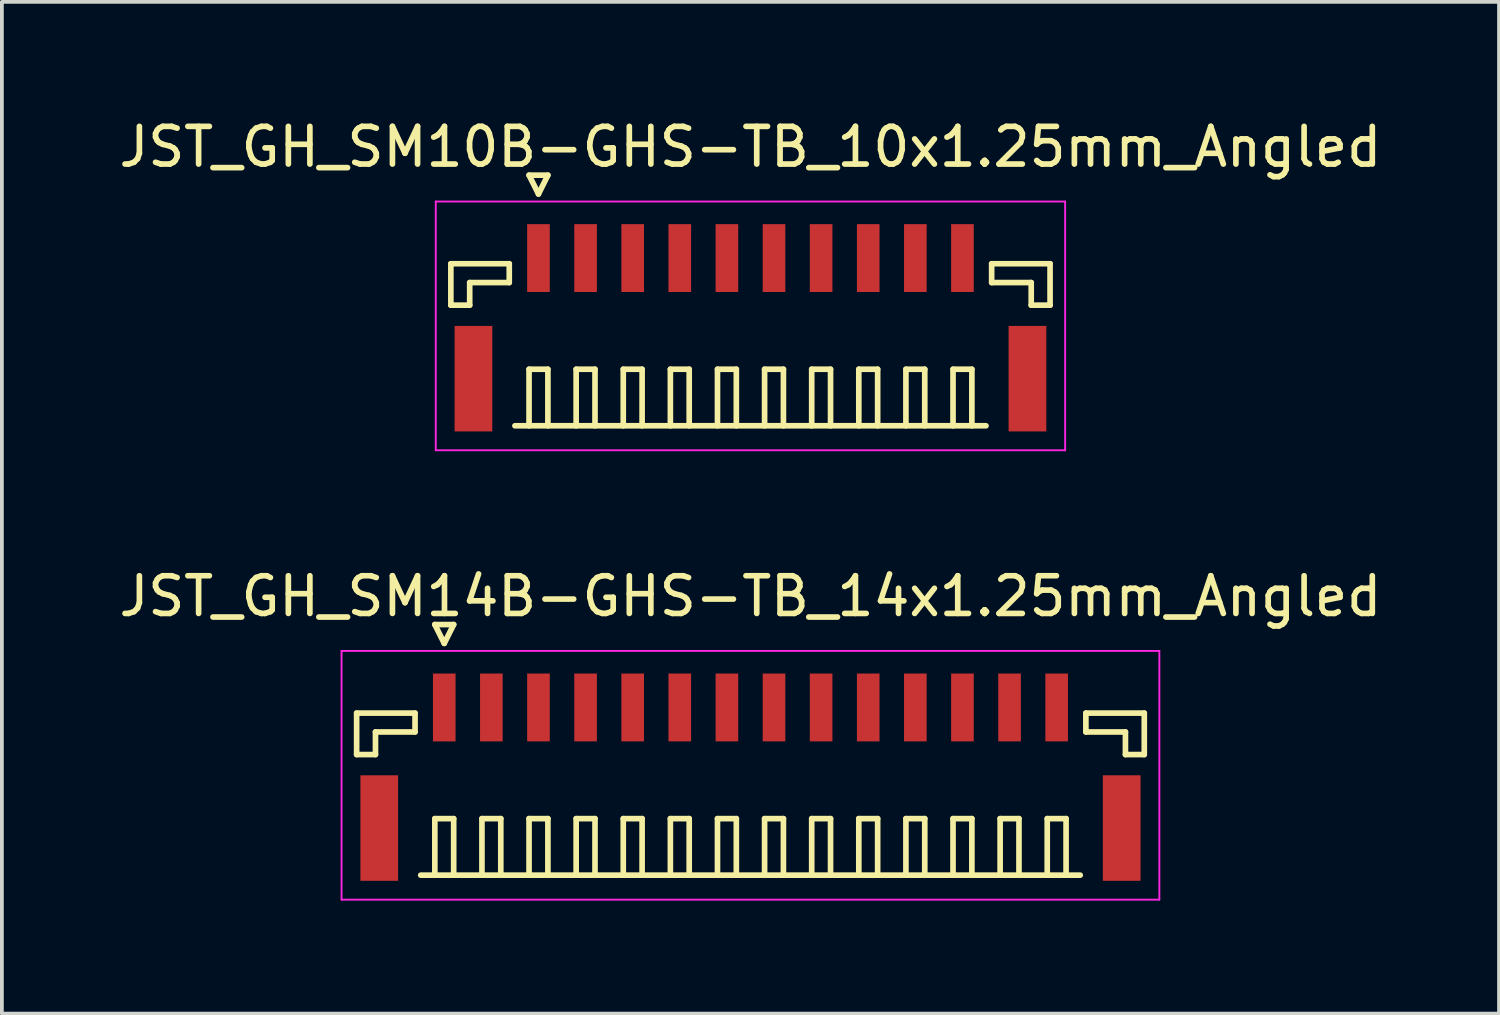
<source format=kicad_pcb>
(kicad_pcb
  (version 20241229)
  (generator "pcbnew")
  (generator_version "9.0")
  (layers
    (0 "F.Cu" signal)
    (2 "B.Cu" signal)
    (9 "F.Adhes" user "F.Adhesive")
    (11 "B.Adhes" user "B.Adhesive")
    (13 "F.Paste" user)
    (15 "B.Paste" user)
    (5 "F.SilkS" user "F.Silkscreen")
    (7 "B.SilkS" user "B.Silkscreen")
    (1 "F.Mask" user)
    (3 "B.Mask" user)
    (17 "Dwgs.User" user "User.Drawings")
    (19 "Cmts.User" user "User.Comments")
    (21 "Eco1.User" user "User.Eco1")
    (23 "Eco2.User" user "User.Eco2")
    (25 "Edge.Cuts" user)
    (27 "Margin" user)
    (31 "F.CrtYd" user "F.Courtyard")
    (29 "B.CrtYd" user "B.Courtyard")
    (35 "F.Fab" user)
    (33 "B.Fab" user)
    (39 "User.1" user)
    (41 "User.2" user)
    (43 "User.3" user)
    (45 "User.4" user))
  (footprint "JST_GH_SM10B-GHS-TB_10x1.25mm_Angled"
    (layer "F.Cu")
    (at 16.863 5.398)
    (property "Reference" "JST_GH_SM10B-GHS-TB_10x1.25mm_Angled" (at 0 -4.55 0) (layer "F.SilkS") (effects (font (size 1 1) (thickness 0.15))))
    (attr smd)
    (fp_line (start -7.95 -1.45) (end -6.4 -1.45) (stroke (width 0.15) (type solid)) (layer "F.SilkS"))
    (fp_line (start -7.95 -0.35) (end -7.95 -1.45) (stroke (width 0.15) (type solid)) (layer "F.SilkS"))
    (fp_line (start -7.45 -0.95) (end -7.45 -0.35) (stroke (width 0.15) (type solid)) (layer "F.SilkS"))
    (fp_line (start -7.45 -0.35) (end -7.95 -0.35) (stroke (width 0.15) (type solid)) (layer "F.SilkS"))
    (fp_line (start -6.4 -1.45) (end -6.4 -0.95) (stroke (width 0.15) (type solid)) (layer "F.SilkS"))
    (fp_line (start -6.4 -0.95) (end -7.45 -0.95) (stroke (width 0.15) (type solid)) (layer "F.SilkS"))
    (fp_line (start -6.25 2.85) (end 6.25 2.85) (stroke (width 0.15) (type solid)) (layer "F.SilkS"))
    (fp_line (start -5.875 -3.8) (end -5.375 -3.8) (stroke (width 0.15) (type solid)) (layer "F.SilkS"))
    (fp_line (start -5.875 1.35) (end -5.375 1.35) (stroke (width 0.15) (type solid)) (layer "F.SilkS"))
    (fp_line (start -5.875 2.85) (end -5.875 1.35) (stroke (width 0.15) (type solid)) (layer "F.SilkS"))
    (fp_line (start -5.625 -3.3) (end -5.875 -3.8) (stroke (width 0.15) (type solid)) (layer "F.SilkS"))
    (fp_line (start -5.375 -3.8) (end -5.625 -3.3) (stroke (width 0.15) (type solid)) (layer "F.SilkS"))
    (fp_line (start -5.375 1.35) (end -5.375 2.85) (stroke (width 0.15) (type solid)) (layer "F.SilkS"))
    (fp_line (start -4.625 1.35) (end -4.125 1.35) (stroke (width 0.15) (type solid)) (layer "F.SilkS"))
    (fp_line (start -4.625 2.85) (end -4.625 1.35) (stroke (width 0.15) (type solid)) (layer "F.SilkS"))
    (fp_line (start -4.125 1.35) (end -4.125 2.85) (stroke (width 0.15) (type solid)) (layer "F.SilkS"))
    (fp_line (start -3.375 1.35) (end -2.875 1.35) (stroke (width 0.15) (type solid)) (layer "F.SilkS"))
    (fp_line (start -3.375 2.85) (end -3.375 1.35) (stroke (width 0.15) (type solid)) (layer "F.SilkS"))
    (fp_line (start -2.875 1.35) (end -2.875 2.85) (stroke (width 0.15) (type solid)) (layer "F.SilkS"))
    (fp_line (start -2.125 1.35) (end -1.625 1.35) (stroke (width 0.15) (type solid)) (layer "F.SilkS"))
    (fp_line (start -2.125 2.85) (end -2.125 1.35) (stroke (width 0.15) (type solid)) (layer "F.SilkS"))
    (fp_line (start -1.625 1.35) (end -1.625 2.85) (stroke (width 0.15) (type solid)) (layer "F.SilkS"))
    (fp_line (start -0.875 1.35) (end -0.375 1.35) (stroke (width 0.15) (type solid)) (layer "F.SilkS"))
    (fp_line (start -0.875 2.85) (end -0.875 1.35) (stroke (width 0.15) (type solid)) (layer "F.SilkS"))
    (fp_line (start -0.375 1.35) (end -0.375 2.85) (stroke (width 0.15) (type solid)) (layer "F.SilkS"))
    (fp_line (start 0.375 1.35) (end 0.875 1.35) (stroke (width 0.15) (type solid)) (layer "F.SilkS"))
    (fp_line (start 0.375 2.85) (end 0.375 1.35) (stroke (width 0.15) (type solid)) (layer "F.SilkS"))
    (fp_line (start 0.875 1.35) (end 0.875 2.85) (stroke (width 0.15) (type solid)) (layer "F.SilkS"))
    (fp_line (start 1.625 1.35) (end 2.125 1.35) (stroke (width 0.15) (type solid)) (layer "F.SilkS"))
    (fp_line (start 1.625 2.85) (end 1.625 1.35) (stroke (width 0.15) (type solid)) (layer "F.SilkS"))
    (fp_line (start 2.125 1.35) (end 2.125 2.85) (stroke (width 0.15) (type solid)) (layer "F.SilkS"))
    (fp_line (start 2.875 1.35) (end 3.375 1.35) (stroke (width 0.15) (type solid)) (layer "F.SilkS"))
    (fp_line (start 2.875 2.85) (end 2.875 1.35) (stroke (width 0.15) (type solid)) (layer "F.SilkS"))
    (fp_line (start 3.375 1.35) (end 3.375 2.85) (stroke (width 0.15) (type solid)) (layer "F.SilkS"))
    (fp_line (start 4.125 1.35) (end 4.625 1.35) (stroke (width 0.15) (type solid)) (layer "F.SilkS"))
    (fp_line (start 4.125 2.85) (end 4.125 1.35) (stroke (width 0.15) (type solid)) (layer "F.SilkS"))
    (fp_line (start 4.625 1.35) (end 4.625 2.85) (stroke (width 0.15) (type solid)) (layer "F.SilkS"))
    (fp_line (start 5.375 1.35) (end 5.875 1.35) (stroke (width 0.15) (type solid)) (layer "F.SilkS"))
    (fp_line (start 5.375 2.85) (end 5.375 1.35) (stroke (width 0.15) (type solid)) (layer "F.SilkS"))
    (fp_line (start 5.875 1.35) (end 5.875 2.85) (stroke (width 0.15) (type solid)) (layer "F.SilkS"))
    (fp_line (start 6.4 -1.45) (end 6.4 -0.95) (stroke (width 0.15) (type solid)) (layer "F.SilkS"))
    (fp_line (start 6.4 -0.95) (end 7.45 -0.95) (stroke (width 0.15) (type solid)) (layer "F.SilkS"))
    (fp_line (start 7.45 -0.95) (end 7.45 -0.35) (stroke (width 0.15) (type solid)) (layer "F.SilkS"))
    (fp_line (start 7.45 -0.35) (end 7.95 -0.35) (stroke (width 0.15) (type solid)) (layer "F.SilkS"))
    (fp_line (start 7.95 -1.45) (end 6.4 -1.45) (stroke (width 0.15) (type solid)) (layer "F.SilkS"))
    (fp_line (start 7.95 -0.35) (end 7.95 -1.45) (stroke (width 0.15) (type solid)) (layer "F.SilkS"))
    (fp_line (start -8.35 -3.1) (end -8.35 3.5) (stroke (width 0.05) (type solid)) (layer "F.CrtYd"))
    (fp_line (start -8.35 3.5) (end 8.35 3.5) (stroke (width 0.05) (type solid)) (layer "F.CrtYd"))
    (fp_line (start 8.35 -3.1) (end -8.35 -3.1) (stroke (width 0.05) (type solid)) (layer "F.CrtYd"))
    (fp_line (start 8.35 3.5) (end 8.35 -3.1) (stroke (width 0.05) (type solid)) (layer "F.CrtYd"))
    (pad "" smd rect (at -7.35 1.6) (size 1 2.8) (layers "F.Cu" "F.Mask" "F.Paste"))
    (pad "" smd rect (at 7.35 1.6) (size 1 2.8) (layers "F.Cu" "F.Mask" "F.Paste"))
    (pad "1" smd rect (at -5.625 -1.6) (size 0.6 1.8) (layers "F.Cu" "F.Mask" "F.Paste"))
    (pad "2" smd rect (at -4.375 -1.6) (size 0.6 1.8) (layers "F.Cu" "F.Mask" "F.Paste"))
    (pad "3" smd rect (at -3.125 -1.6) (size 0.6 1.8) (layers "F.Cu" "F.Mask" "F.Paste"))
    (pad "4" smd rect (at -1.875 -1.6) (size 0.6 1.8) (layers "F.Cu" "F.Mask" "F.Paste"))
    (pad "5" smd rect (at -0.625 -1.6) (size 0.6 1.8) (layers "F.Cu" "F.Mask" "F.Paste"))
    (pad "6" smd rect (at 0.625 -1.6) (size 0.6 1.8) (layers "F.Cu" "F.Mask" "F.Paste"))
    (pad "7" smd rect (at 1.875 -1.6) (size 0.6 1.8) (layers "F.Cu" "F.Mask" "F.Paste"))
    (pad "8" smd rect (at 3.125 -1.6) (size 0.6 1.8) (layers "F.Cu" "F.Mask" "F.Paste"))
    (pad "9" smd rect (at 4.375 -1.6) (size 0.6 1.8) (layers "F.Cu" "F.Mask" "F.Paste"))
    (pad "10" smd rect (at 5.625 -1.6) (size 0.6 1.8) (layers "F.Cu" "F.Mask" "F.Paste")))
  (footprint "JST_GH_SM14B-GHS-TB_14x1.25mm_Angled"
    (layer "F.Cu")
    (at 16.863 17.322)
    (property "Reference" "JST_GH_SM14B-GHS-TB_14x1.25mm_Angled" (at 0 -4.55 0) (layer "F.SilkS") (effects (font (size 1 1) (thickness 0.15))))
    (attr smd)
    (fp_line (start -10.45 -1.45) (end -8.9 -1.45) (stroke (width 0.15) (type solid)) (layer "F.SilkS"))
    (fp_line (start -10.45 -0.35) (end -10.45 -1.45) (stroke (width 0.15) (type solid)) (layer "F.SilkS"))
    (fp_line (start -9.95 -0.95) (end -9.95 -0.35) (stroke (width 0.15) (type solid)) (layer "F.SilkS"))
    (fp_line (start -9.95 -0.35) (end -10.45 -0.35) (stroke (width 0.15) (type solid)) (layer "F.SilkS"))
    (fp_line (start -8.9 -1.45) (end -8.9 -0.95) (stroke (width 0.15) (type solid)) (layer "F.SilkS"))
    (fp_line (start -8.9 -0.95) (end -9.95 -0.95) (stroke (width 0.15) (type solid)) (layer "F.SilkS"))
    (fp_line (start -8.75 2.85) (end 8.75 2.85) (stroke (width 0.15) (type solid)) (layer "F.SilkS"))
    (fp_line (start -8.375 -3.8) (end -7.875 -3.8) (stroke (width 0.15) (type solid)) (layer "F.SilkS"))
    (fp_line (start -8.375 1.35) (end -7.875 1.35) (stroke (width 0.15) (type solid)) (layer "F.SilkS"))
    (fp_line (start -8.375 2.85) (end -8.375 1.35) (stroke (width 0.15) (type solid)) (layer "F.SilkS"))
    (fp_line (start -8.125 -3.3) (end -8.375 -3.8) (stroke (width 0.15) (type solid)) (layer "F.SilkS"))
    (fp_line (start -7.875 -3.8) (end -8.125 -3.3) (stroke (width 0.15) (type solid)) (layer "F.SilkS"))
    (fp_line (start -7.875 1.35) (end -7.875 2.85) (stroke (width 0.15) (type solid)) (layer "F.SilkS"))
    (fp_line (start -7.125 1.35) (end -6.625 1.35) (stroke (width 0.15) (type solid)) (layer "F.SilkS"))
    (fp_line (start -7.125 2.85) (end -7.125 1.35) (stroke (width 0.15) (type solid)) (layer "F.SilkS"))
    (fp_line (start -6.625 1.35) (end -6.625 2.85) (stroke (width 0.15) (type solid)) (layer "F.SilkS"))
    (fp_line (start -5.875 1.35) (end -5.375 1.35) (stroke (width 0.15) (type solid)) (layer "F.SilkS"))
    (fp_line (start -5.875 2.85) (end -5.875 1.35) (stroke (width 0.15) (type solid)) (layer "F.SilkS"))
    (fp_line (start -5.375 1.35) (end -5.375 2.85) (stroke (width 0.15) (type solid)) (layer "F.SilkS"))
    (fp_line (start -4.625 1.35) (end -4.125 1.35) (stroke (width 0.15) (type solid)) (layer "F.SilkS"))
    (fp_line (start -4.625 2.85) (end -4.625 1.35) (stroke (width 0.15) (type solid)) (layer "F.SilkS"))
    (fp_line (start -4.125 1.35) (end -4.125 2.85) (stroke (width 0.15) (type solid)) (layer "F.SilkS"))
    (fp_line (start -3.375 1.35) (end -2.875 1.35) (stroke (width 0.15) (type solid)) (layer "F.SilkS"))
    (fp_line (start -3.375 2.85) (end -3.375 1.35) (stroke (width 0.15) (type solid)) (layer "F.SilkS"))
    (fp_line (start -2.875 1.35) (end -2.875 2.85) (stroke (width 0.15) (type solid)) (layer "F.SilkS"))
    (fp_line (start -2.125 1.35) (end -1.625 1.35) (stroke (width 0.15) (type solid)) (layer "F.SilkS"))
    (fp_line (start -2.125 2.85) (end -2.125 1.35) (stroke (width 0.15) (type solid)) (layer "F.SilkS"))
    (fp_line (start -1.625 1.35) (end -1.625 2.85) (stroke (width 0.15) (type solid)) (layer "F.SilkS"))
    (fp_line (start -0.875 1.35) (end -0.375 1.35) (stroke (width 0.15) (type solid)) (layer "F.SilkS"))
    (fp_line (start -0.875 2.85) (end -0.875 1.35) (stroke (width 0.15) (type solid)) (layer "F.SilkS"))
    (fp_line (start -0.375 1.35) (end -0.375 2.85) (stroke (width 0.15) (type solid)) (layer "F.SilkS"))
    (fp_line (start 0.375 1.35) (end 0.875 1.35) (stroke (width 0.15) (type solid)) (layer "F.SilkS"))
    (fp_line (start 0.375 2.85) (end 0.375 1.35) (stroke (width 0.15) (type solid)) (layer "F.SilkS"))
    (fp_line (start 0.875 1.35) (end 0.875 2.85) (stroke (width 0.15) (type solid)) (layer "F.SilkS"))
    (fp_line (start 1.625 1.35) (end 2.125 1.35) (stroke (width 0.15) (type solid)) (layer "F.SilkS"))
    (fp_line (start 1.625 2.85) (end 1.625 1.35) (stroke (width 0.15) (type solid)) (layer "F.SilkS"))
    (fp_line (start 2.125 1.35) (end 2.125 2.85) (stroke (width 0.15) (type solid)) (layer "F.SilkS"))
    (fp_line (start 2.875 1.35) (end 3.375 1.35) (stroke (width 0.15) (type solid)) (layer "F.SilkS"))
    (fp_line (start 2.875 2.85) (end 2.875 1.35) (stroke (width 0.15) (type solid)) (layer "F.SilkS"))
    (fp_line (start 3.375 1.35) (end 3.375 2.85) (stroke (width 0.15) (type solid)) (layer "F.SilkS"))
    (fp_line (start 4.125 1.35) (end 4.625 1.35) (stroke (width 0.15) (type solid)) (layer "F.SilkS"))
    (fp_line (start 4.125 2.85) (end 4.125 1.35) (stroke (width 0.15) (type solid)) (layer "F.SilkS"))
    (fp_line (start 4.625 1.35) (end 4.625 2.85) (stroke (width 0.15) (type solid)) (layer "F.SilkS"))
    (fp_line (start 5.375 1.35) (end 5.875 1.35) (stroke (width 0.15) (type solid)) (layer "F.SilkS"))
    (fp_line (start 5.375 2.85) (end 5.375 1.35) (stroke (width 0.15) (type solid)) (layer "F.SilkS"))
    (fp_line (start 5.875 1.35) (end 5.875 2.85) (stroke (width 0.15) (type solid)) (layer "F.SilkS"))
    (fp_line (start 6.625 1.35) (end 7.125 1.35) (stroke (width 0.15) (type solid)) (layer "F.SilkS"))
    (fp_line (start 6.625 2.85) (end 6.625 1.35) (stroke (width 0.15) (type solid)) (layer "F.SilkS"))
    (fp_line (start 7.125 1.35) (end 7.125 2.85) (stroke (width 0.15) (type solid)) (layer "F.SilkS"))
    (fp_line (start 7.875 1.35) (end 8.375 1.35) (stroke (width 0.15) (type solid)) (layer "F.SilkS"))
    (fp_line (start 7.875 2.85) (end 7.875 1.35) (stroke (width 0.15) (type solid)) (layer "F.SilkS"))
    (fp_line (start 8.375 1.35) (end 8.375 2.85) (stroke (width 0.15) (type solid)) (layer "F.SilkS"))
    (fp_line (start 8.9 -1.45) (end 8.9 -0.95) (stroke (width 0.15) (type solid)) (layer "F.SilkS"))
    (fp_line (start 8.9 -0.95) (end 9.95 -0.95) (stroke (width 0.15) (type solid)) (layer "F.SilkS"))
    (fp_line (start 9.95 -0.95) (end 9.95 -0.35) (stroke (width 0.15) (type solid)) (layer "F.SilkS"))
    (fp_line (start 9.95 -0.35) (end 10.45 -0.35) (stroke (width 0.15) (type solid)) (layer "F.SilkS"))
    (fp_line (start 10.45 -1.45) (end 8.9 -1.45) (stroke (width 0.15) (type solid)) (layer "F.SilkS"))
    (fp_line (start 10.45 -0.35) (end 10.45 -1.45) (stroke (width 0.15) (type solid)) (layer "F.SilkS"))
    (fp_line (start -10.85 -3.1) (end -10.85 3.5) (stroke (width 0.05) (type solid)) (layer "F.CrtYd"))
    (fp_line (start -10.85 3.5) (end 10.85 3.5) (stroke (width 0.05) (type solid)) (layer "F.CrtYd"))
    (fp_line (start 10.85 -3.1) (end -10.85 -3.1) (stroke (width 0.05) (type solid)) (layer "F.CrtYd"))
    (fp_line (start 10.85 3.5) (end 10.85 -3.1) (stroke (width 0.05) (type solid)) (layer "F.CrtYd"))
    (pad "" smd rect (at -9.85 1.6) (size 1 2.8) (layers "F.Cu" "F.Mask" "F.Paste"))
    (pad "" smd rect (at 9.85 1.6) (size 1 2.8) (layers "F.Cu" "F.Mask" "F.Paste"))
    (pad "1" smd rect (at -8.125 -1.6) (size 0.6 1.8) (layers "F.Cu" "F.Mask" "F.Paste"))
    (pad "2" smd rect (at -6.875 -1.6) (size 0.6 1.8) (layers "F.Cu" "F.Mask" "F.Paste"))
    (pad "3" smd rect (at -5.625 -1.6) (size 0.6 1.8) (layers "F.Cu" "F.Mask" "F.Paste"))
    (pad "4" smd rect (at -4.375 -1.6) (size 0.6 1.8) (layers "F.Cu" "F.Mask" "F.Paste"))
    (pad "5" smd rect (at -3.125 -1.6) (size 0.6 1.8) (layers "F.Cu" "F.Mask" "F.Paste"))
    (pad "6" smd rect (at -1.875 -1.6) (size 0.6 1.8) (layers "F.Cu" "F.Mask" "F.Paste"))
    (pad "7" smd rect (at -0.625 -1.6) (size 0.6 1.8) (layers "F.Cu" "F.Mask" "F.Paste"))
    (pad "8" smd rect (at 0.625 -1.6) (size 0.6 1.8) (layers "F.Cu" "F.Mask" "F.Paste"))
    (pad "9" smd rect (at 1.875 -1.6) (size 0.6 1.8) (layers "F.Cu" "F.Mask" "F.Paste"))
    (pad "10" smd rect (at 3.125 -1.6) (size 0.6 1.8) (layers "F.Cu" "F.Mask" "F.Paste"))
    (pad "11" smd rect (at 4.375 -1.6) (size 0.6 1.8) (layers "F.Cu" "F.Mask" "F.Paste"))
    (pad "12" smd rect (at 5.625 -1.6) (size 0.6 1.8) (layers "F.Cu" "F.Mask" "F.Paste"))
    (pad "13" smd rect (at 6.875 -1.6) (size 0.6 1.8) (layers "F.Cu" "F.Mask" "F.Paste"))
    (pad "14" smd rect (at 8.125 -1.6) (size 0.6 1.8) (layers "F.Cu" "F.Mask" "F.Paste")))
  (gr_rect
    (start -3 -3)
    (end 36.726 23.846)
    (stroke (width 0.1) (type default))
    (fill no)
    (layer "Edge.Cuts")))
</source>
